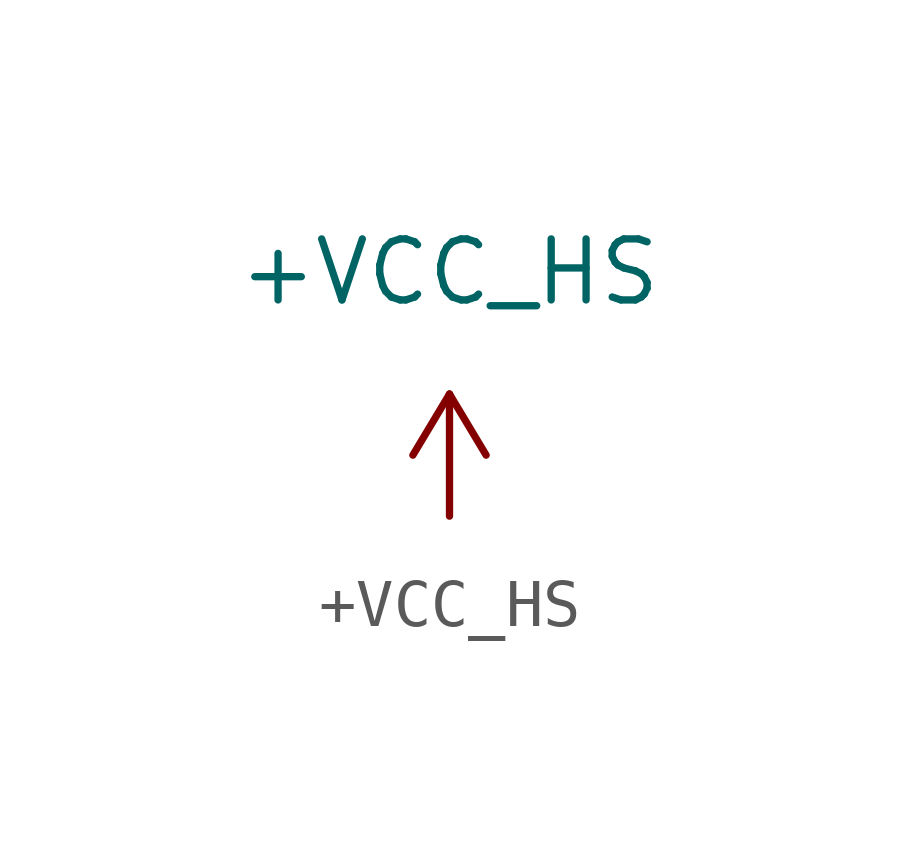
<source format=kicad_sym>
(kicad_symbol_lib
  (version 20220914)
  (generator kicad_symbol_editor)
  (symbol "+VCC_HS"
    (power)
    (pin_numbers hide)
    (pin_names
      (offset 0))
    (property "Reference" "#PWR"
      (at 1.27 0 90)
      (effects (font (size 1.27 1.27)) hide))
    (property "Value" "+VCC_HS"
      (at 0 5.08 0)
      (effects (font (size 1.27 1.27))))
    (symbol "+VCC_HS_1_1"
      (polyline (pts (xy -0.762 1.27) (xy 0 2.54)) (stroke (width 0) (type default)) (fill (type none)))
      (polyline (pts (xy 0 0) (xy 0 2.54)) (stroke (width 0) (type default)) (fill (type none)))
      (polyline (pts (xy 0 2.54) (xy 0.762 1.27)) (stroke (width 0) (type default)) (fill (type none)))
      (pin power_in line (at 0 0 90) (length 0) hide (name "+VCC_HS" (effects (font (size 1.27 1.27)))) (number "1" (effects (font (size 1.27 1.27))))))))
</source>
